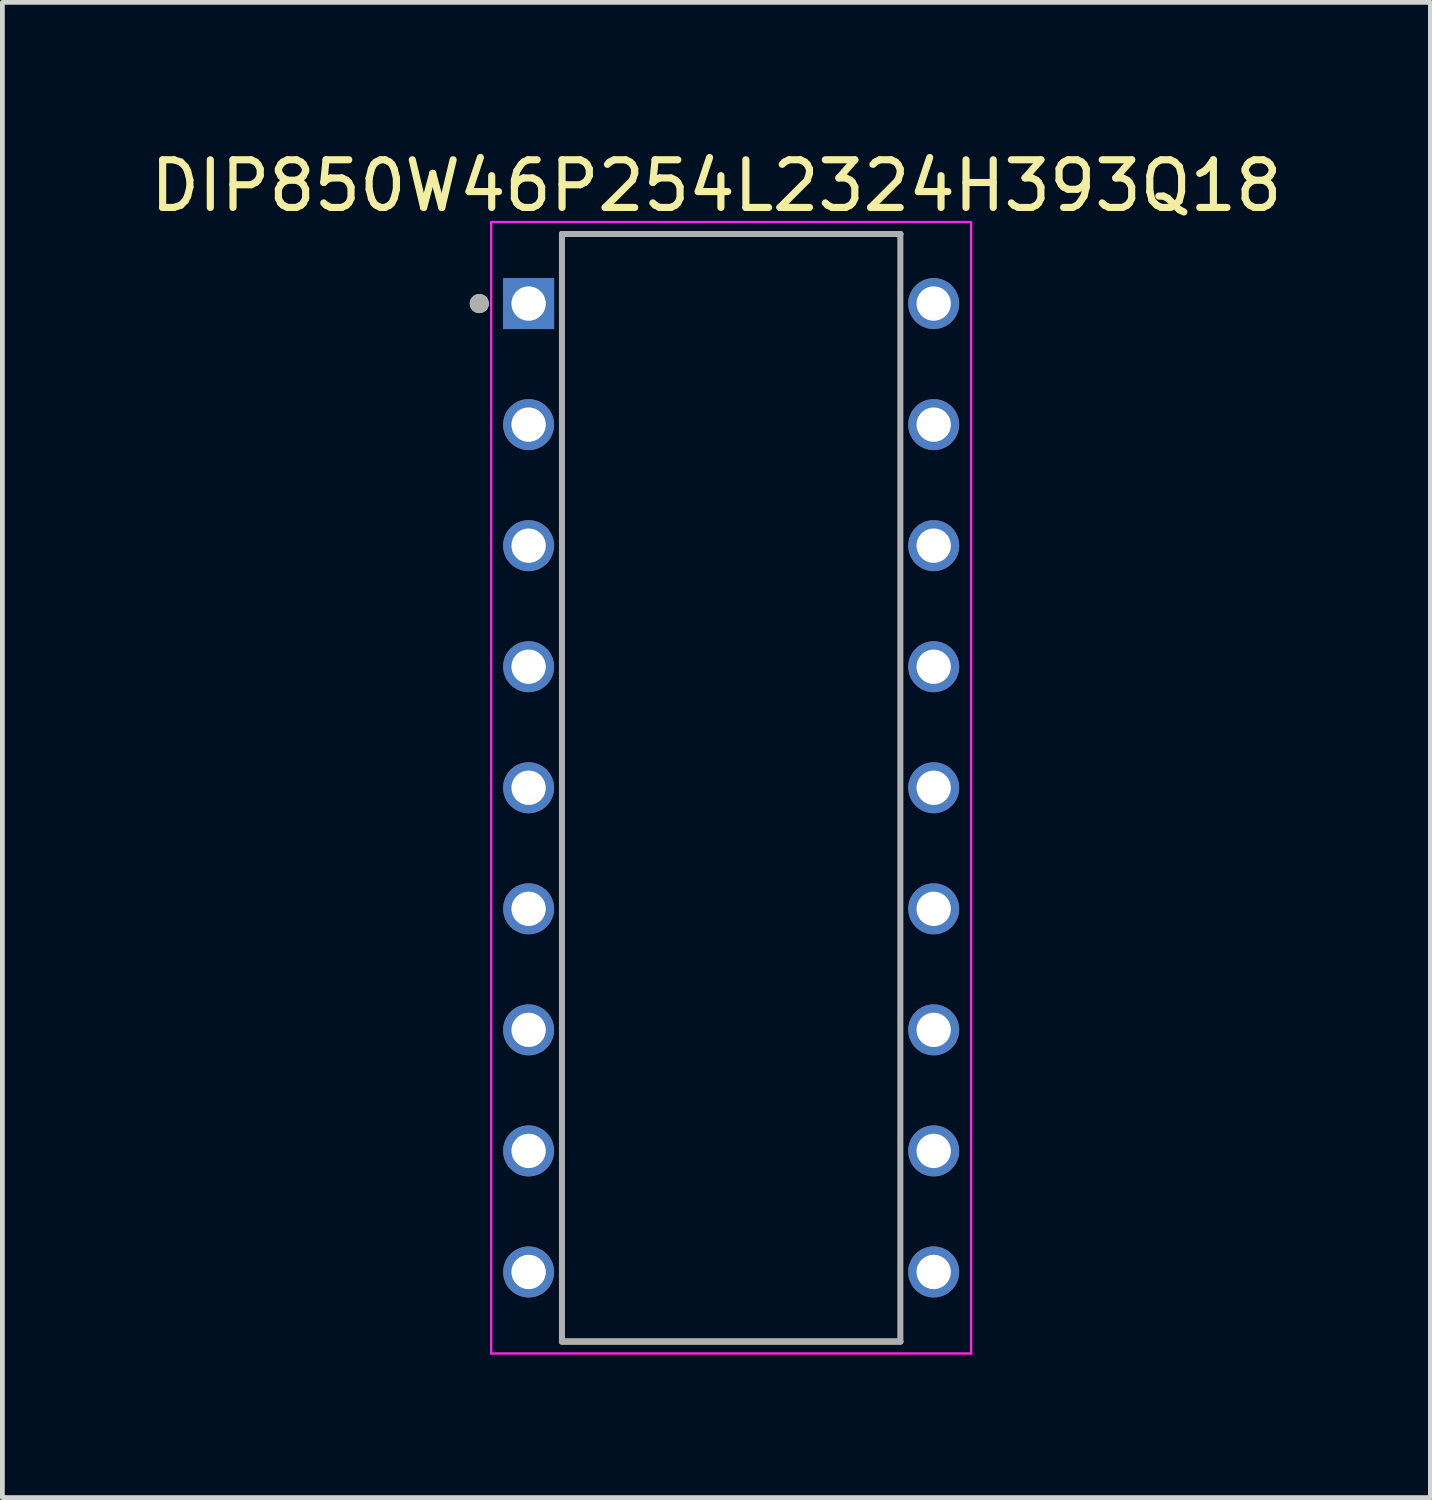
<source format=kicad_pcb>
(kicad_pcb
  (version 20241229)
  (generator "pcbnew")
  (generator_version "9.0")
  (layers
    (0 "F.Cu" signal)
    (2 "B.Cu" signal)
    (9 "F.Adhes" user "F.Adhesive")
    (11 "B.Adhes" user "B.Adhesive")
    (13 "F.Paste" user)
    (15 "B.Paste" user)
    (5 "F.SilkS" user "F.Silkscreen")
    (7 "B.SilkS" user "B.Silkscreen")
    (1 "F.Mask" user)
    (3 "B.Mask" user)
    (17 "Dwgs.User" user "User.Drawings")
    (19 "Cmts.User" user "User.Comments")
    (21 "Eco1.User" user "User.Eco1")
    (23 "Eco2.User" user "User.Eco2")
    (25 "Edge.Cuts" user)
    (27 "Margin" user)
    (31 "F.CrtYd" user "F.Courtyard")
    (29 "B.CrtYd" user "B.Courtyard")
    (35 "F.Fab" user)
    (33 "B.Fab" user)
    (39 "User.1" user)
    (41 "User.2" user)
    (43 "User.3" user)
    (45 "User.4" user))
  (footprint "DIP850W46P254L2324H393Q18"
    (layer "F.Cu")
    (at 12.292 13.48)
    (property "Reference" "DIP850W46P254L2324H393Q18" (at -0.31 -12.632 0) (layer "F.SilkS") (effects (font (size 1 1) (thickness 0.15))))
    (attr through_hole)
    (fp_line (start -3.55 -11.62) (end 3.55 -11.62) (stroke (width 0.127) (type solid)) (layer "F.SilkS"))
    (fp_line (start -3.55 11.62) (end 3.55 11.62) (stroke (width 0.127) (type solid)) (layer "F.SilkS"))
    (fp_circle (center -5.285 -10.16) (end -5.185 -10.16) (stroke (width 0.2) (type solid)) (fill no) (layer "F.SilkS"))
    (fp_line (start -5.035 -11.87) (end -5.035 11.87) (stroke (width 0.05) (type solid)) (layer "F.CrtYd"))
    (fp_line (start 5.035 -11.87) (end -5.035 -11.87) (stroke (width 0.05) (type solid)) (layer "F.CrtYd"))
    (fp_line (start 5.035 -11.87) (end 5.035 11.87) (stroke (width 0.05) (type solid)) (layer "F.CrtYd"))
    (fp_line (start 5.035 11.87) (end -5.035 11.87) (stroke (width 0.05) (type solid)) (layer "F.CrtYd"))
    (fp_line (start -3.55 -11.62) (end -3.55 11.62) (stroke (width 0.127) (type solid)) (layer "F.Fab"))
    (fp_line (start -3.55 -11.62) (end 3.55 -11.62) (stroke (width 0.127) (type solid)) (layer "F.Fab"))
    (fp_line (start -3.55 11.62) (end 3.55 11.62) (stroke (width 0.127) (type solid)) (layer "F.Fab"))
    (fp_line (start 3.55 -11.62) (end 3.55 11.62) (stroke (width 0.127) (type solid)) (layer "F.Fab"))
    (fp_circle (center -5.285 -10.16) (end -5.185 -10.16) (stroke (width 0.2) (type solid)) (fill no) (layer "F.Fab"))
    (pad "1" thru_hole rect (at -4.25 -10.16) (size 1.07 1.07) (drill 0.72) (layers "*.Cu" "*.Mask"))
    (pad "2" thru_hole circle (at -4.25 -7.62) (size 1.07 1.07) (drill 0.72) (layers "*.Cu" "*.Mask"))
    (pad "3" thru_hole circle (at -4.25 -5.08) (size 1.07 1.07) (drill 0.72) (layers "*.Cu" "*.Mask"))
    (pad "4" thru_hole circle (at -4.25 -2.54) (size 1.07 1.07) (drill 0.72) (layers "*.Cu" "*.Mask"))
    (pad "5" thru_hole circle (at -4.25 0) (size 1.07 1.07) (drill 0.72) (layers "*.Cu" "*.Mask"))
    (pad "6" thru_hole circle (at -4.25 2.54) (size 1.07 1.07) (drill 0.72) (layers "*.Cu" "*.Mask"))
    (pad "7" thru_hole circle (at -4.25 5.08) (size 1.07 1.07) (drill 0.72) (layers "*.Cu" "*.Mask"))
    (pad "8" thru_hole circle (at -4.25 7.62) (size 1.07 1.07) (drill 0.72) (layers "*.Cu" "*.Mask"))
    (pad "9" thru_hole circle (at -4.25 10.16) (size 1.07 1.07) (drill 0.72) (layers "*.Cu" "*.Mask"))
    (pad "10" thru_hole circle (at 4.25 10.16) (size 1.07 1.07) (drill 0.72) (layers "*.Cu" "*.Mask"))
    (pad "11" thru_hole circle (at 4.25 7.62) (size 1.07 1.07) (drill 0.72) (layers "*.Cu" "*.Mask"))
    (pad "12" thru_hole circle (at 4.25 5.08) (size 1.07 1.07) (drill 0.72) (layers "*.Cu" "*.Mask"))
    (pad "13" thru_hole circle (at 4.25 2.54) (size 1.07 1.07) (drill 0.72) (layers "*.Cu" "*.Mask"))
    (pad "14" thru_hole circle (at 4.25 0) (size 1.07 1.07) (drill 0.72) (layers "*.Cu" "*.Mask"))
    (pad "15" thru_hole circle (at 4.25 -2.54) (size 1.07 1.07) (drill 0.72) (layers "*.Cu" "*.Mask"))
    (pad "16" thru_hole circle (at 4.25 -5.08) (size 1.07 1.07) (drill 0.72) (layers "*.Cu" "*.Mask"))
    (pad "17" thru_hole circle (at 4.25 -7.62) (size 1.07 1.07) (drill 0.72) (layers "*.Cu" "*.Mask"))
    (pad "18" thru_hole circle (at 4.25 -10.16) (size 1.07 1.07) (drill 0.72) (layers "*.Cu" "*.Mask")))
  (gr_rect
    (start -3 -3)
    (end 26.964 28.375)
    (stroke (width 0.1) (type default))
    (fill no)
    (layer "Edge.Cuts")))
</source>
